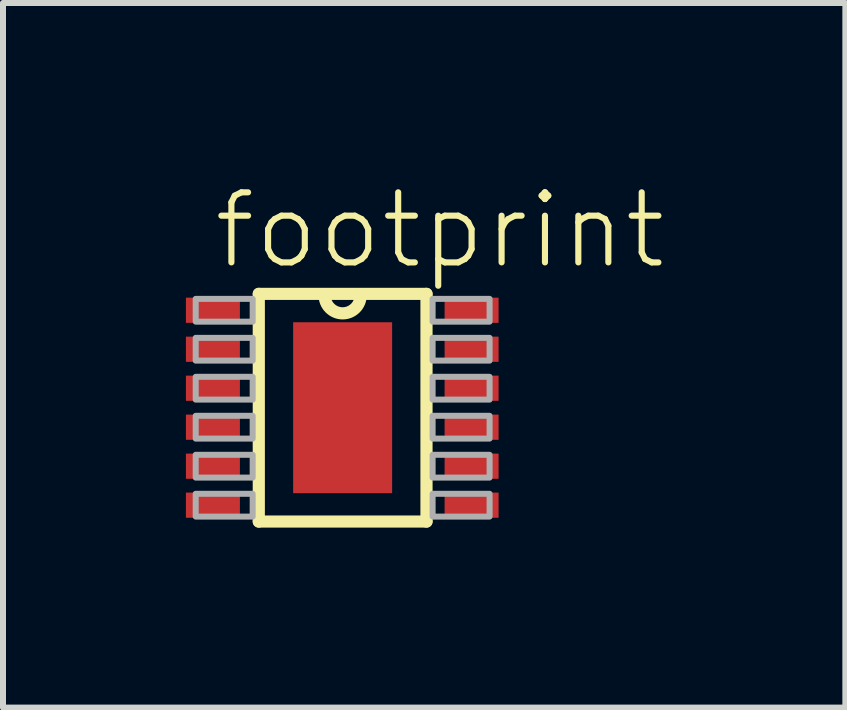
<source format=kicad_pcb>
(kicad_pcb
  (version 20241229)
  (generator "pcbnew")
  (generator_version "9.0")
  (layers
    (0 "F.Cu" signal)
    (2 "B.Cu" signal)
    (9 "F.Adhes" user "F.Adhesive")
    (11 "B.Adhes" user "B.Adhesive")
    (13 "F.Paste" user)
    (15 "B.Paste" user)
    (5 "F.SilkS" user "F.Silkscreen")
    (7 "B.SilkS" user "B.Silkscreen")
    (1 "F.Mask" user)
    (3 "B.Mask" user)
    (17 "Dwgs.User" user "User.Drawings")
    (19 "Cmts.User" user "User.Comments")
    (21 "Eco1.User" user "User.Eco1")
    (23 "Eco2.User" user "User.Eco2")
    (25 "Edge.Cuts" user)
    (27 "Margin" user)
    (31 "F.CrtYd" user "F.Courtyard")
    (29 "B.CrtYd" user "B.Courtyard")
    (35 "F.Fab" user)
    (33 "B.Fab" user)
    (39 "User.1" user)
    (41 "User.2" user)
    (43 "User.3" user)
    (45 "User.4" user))
  (footprint "footprint"
    (layer "F.Cu")
    (at 2.663 3.748)
    (property "Reference" "footprint" (at -2.2 -2.275 0) (layer "F.SilkS") (effects (font (size 1.168 1.168) (thickness 0.102)) (justify left bottom)))
    (fp_poly (pts (xy -2.663 -1.387) (xy -1.675 -1.387) (xy -1.675 -1.863) (xy -2.663 -1.863)) (stroke (width 0) (type solid)) (fill yes) (layer "F.Mask"))
    (fp_poly (pts (xy -2.663 -0.738) (xy -1.675 -0.738) (xy -1.675 -1.212) (xy -2.663 -1.212)) (stroke (width 0) (type solid)) (fill yes) (layer "F.Mask"))
    (fp_poly (pts (xy -2.663 -0.087) (xy -1.675 -0.087) (xy -1.675 -0.562) (xy -2.663 -0.562)) (stroke (width 0) (type solid)) (fill yes) (layer "F.Mask"))
    (fp_poly (pts (xy -2.663 0.562) (xy -1.675 0.562) (xy -1.675 0.087) (xy -2.663 0.087)) (stroke (width 0) (type solid)) (fill yes) (layer "F.Mask"))
    (fp_poly (pts (xy -2.663 1.212) (xy -1.675 1.212) (xy -1.675 0.738) (xy -2.663 0.738)) (stroke (width 0) (type solid)) (fill yes) (layer "F.Mask"))
    (fp_poly (pts (xy -2.663 1.863) (xy -1.675 1.863) (xy -1.675 1.387) (xy -2.663 1.387)) (stroke (width 0) (type solid)) (fill yes) (layer "F.Mask"))
    (fp_poly (pts (xy 2.663 -1.863) (xy 1.675 -1.863) (xy 1.675 -1.387) (xy 2.663 -1.387)) (stroke (width 0) (type solid)) (fill yes) (layer "F.Mask"))
    (fp_poly (pts (xy 2.663 -1.212) (xy 1.675 -1.212) (xy 1.675 -0.738) (xy 2.663 -0.738)) (stroke (width 0) (type solid)) (fill yes) (layer "F.Mask"))
    (fp_poly (pts (xy 2.663 -0.562) (xy 1.675 -0.562) (xy 1.675 -0.087) (xy 2.663 -0.087)) (stroke (width 0) (type solid)) (fill yes) (layer "F.Mask"))
    (fp_poly (pts (xy 2.663 0.087) (xy 1.675 0.087) (xy 1.675 0.562) (xy 2.663 0.562)) (stroke (width 0) (type solid)) (fill yes) (layer "F.Mask"))
    (fp_poly (pts (xy 2.663 0.738) (xy 1.675 0.738) (xy 1.675 1.212) (xy 2.663 1.212)) (stroke (width 0) (type solid)) (fill yes) (layer "F.Mask"))
    (fp_poly (pts (xy 2.663 1.387) (xy 1.675 1.387) (xy 1.675 1.863) (xy 2.663 1.863)) (stroke (width 0) (type solid)) (fill yes) (layer "F.Mask"))
    (fp_line (start -1.398 -1.898) (end -1.398 1.898) (stroke (width 0.203) (type solid)) (layer "F.SilkS"))
    (fp_line (start -1.398 1.898) (end 1.398 1.898) (stroke (width 0.203) (type solid)) (layer "F.SilkS"))
    (fp_line (start 1.398 -1.898) (end -1.398 -1.898) (stroke (width 0.203) (type solid)) (layer "F.SilkS"))
    (fp_line (start 1.398 1.898) (end 1.398 -1.898) (stroke (width 0.203) (type solid)) (layer "F.SilkS"))
    (fp_arc (start 0.3 -1.8734) (mid 0 -1.5734) (end -0.3 -1.8734) (stroke (width 0.2032) (type solid)) (layer "F.SilkS"))
    (fp_poly (pts (xy -2.45 -1.435) (xy -1.5 -1.435) (xy -1.5 -1.815) (xy -2.45 -1.815)) (stroke (width 0.1) (type solid)) (fill no) (layer "F.Fab"))
    (fp_poly (pts (xy -2.45 -0.785) (xy -1.5 -0.785) (xy -1.5 -1.165) (xy -2.45 -1.165)) (stroke (width 0.1) (type solid)) (fill no) (layer "F.Fab"))
    (fp_poly (pts (xy -2.45 -0.135) (xy -1.5 -0.135) (xy -1.5 -0.515) (xy -2.45 -0.515)) (stroke (width 0.1) (type solid)) (fill no) (layer "F.Fab"))
    (fp_poly (pts (xy -2.45 0.515) (xy -1.5 0.515) (xy -1.5 0.135) (xy -2.45 0.135)) (stroke (width 0.1) (type solid)) (fill no) (layer "F.Fab"))
    (fp_poly (pts (xy -2.45 1.165) (xy -1.5 1.165) (xy -1.5 0.785) (xy -2.45 0.785)) (stroke (width 0.1) (type solid)) (fill no) (layer "F.Fab"))
    (fp_poly (pts (xy -2.45 1.815) (xy -1.5 1.815) (xy -1.5 1.435) (xy -2.45 1.435)) (stroke (width 0.1) (type solid)) (fill no) (layer "F.Fab"))
    (fp_poly (pts (xy 1.5 -1.435) (xy 2.45 -1.435) (xy 2.45 -1.815) (xy 1.5 -1.815)) (stroke (width 0.1) (type solid)) (fill no) (layer "F.Fab"))
    (fp_poly (pts (xy 1.5 -0.785) (xy 2.45 -0.785) (xy 2.45 -1.165) (xy 1.5 -1.165)) (stroke (width 0.1) (type solid)) (fill no) (layer "F.Fab"))
    (fp_poly (pts (xy 1.5 -0.135) (xy 2.45 -0.135) (xy 2.45 -0.515) (xy 1.5 -0.515)) (stroke (width 0.1) (type solid)) (fill no) (layer "F.Fab"))
    (fp_poly (pts (xy 1.5 0.515) (xy 2.45 0.515) (xy 2.45 0.135) (xy 1.5 0.135)) (stroke (width 0.1) (type solid)) (fill no) (layer "F.Fab"))
    (fp_poly (pts (xy 1.5 1.165) (xy 2.45 1.165) (xy 2.45 0.785) (xy 1.5 0.785)) (stroke (width 0.1) (type solid)) (fill no) (layer "F.Fab"))
    (fp_poly (pts (xy 1.5 1.815) (xy 2.45 1.815) (xy 2.45 1.435) (xy 1.5 1.435)) (stroke (width 0.1) (type solid)) (fill no) (layer "F.Fab"))
    (pad "1" smd rect (at -2.163 -1.625) (size 0.9 0.42) (layers "F.Cu" "F.Paste"))
    (pad "2" smd rect (at -2.163 -0.975) (size 0.9 0.42) (layers "F.Cu" "F.Paste"))
    (pad "3" smd rect (at -2.163 -0.325) (size 0.9 0.42) (layers "F.Cu" "F.Paste"))
    (pad "4" smd rect (at -2.163 0.325) (size 0.9 0.42) (layers "F.Cu" "F.Paste"))
    (pad "5" smd rect (at -2.163 0.975) (size 0.9 0.42) (layers "F.Cu" "F.Paste"))
    (pad "6" smd rect (at -2.163 1.625) (size 0.9 0.42) (layers "F.Cu" "F.Paste"))
    (pad "7" smd rect (at 2.15 1.625) (size 0.9 0.42) (layers "F.Cu" "F.Paste"))
    (pad "8" smd rect (at 2.15 0.975) (size 0.9 0.42) (layers "F.Cu" "F.Paste"))
    (pad "9" smd rect (at 2.15 0.325) (size 0.9 0.42) (layers "F.Cu" "F.Paste"))
    (pad "10" smd rect (at 2.15 -0.325) (size 0.9 0.42) (layers "F.Cu" "F.Paste"))
    (pad "11" smd rect (at 2.15 -0.975) (size 0.9 0.42) (layers "F.Cu" "F.Paste"))
    (pad "12" smd rect (at 2.15 -1.625) (size 0.9 0.42) (layers "F.Cu" "F.Paste"))
    (pad "EXP" smd rect (at 0 0) (size 1.65 2.85) (layers "F.Cu" "F.Mask" "F.Paste")))
  (gr_rect
    (start -3 -3)
    (end 11.045 8.748)
    (stroke (width 0.1) (type default))
    (fill no)
    (layer "Edge.Cuts")))
</source>
